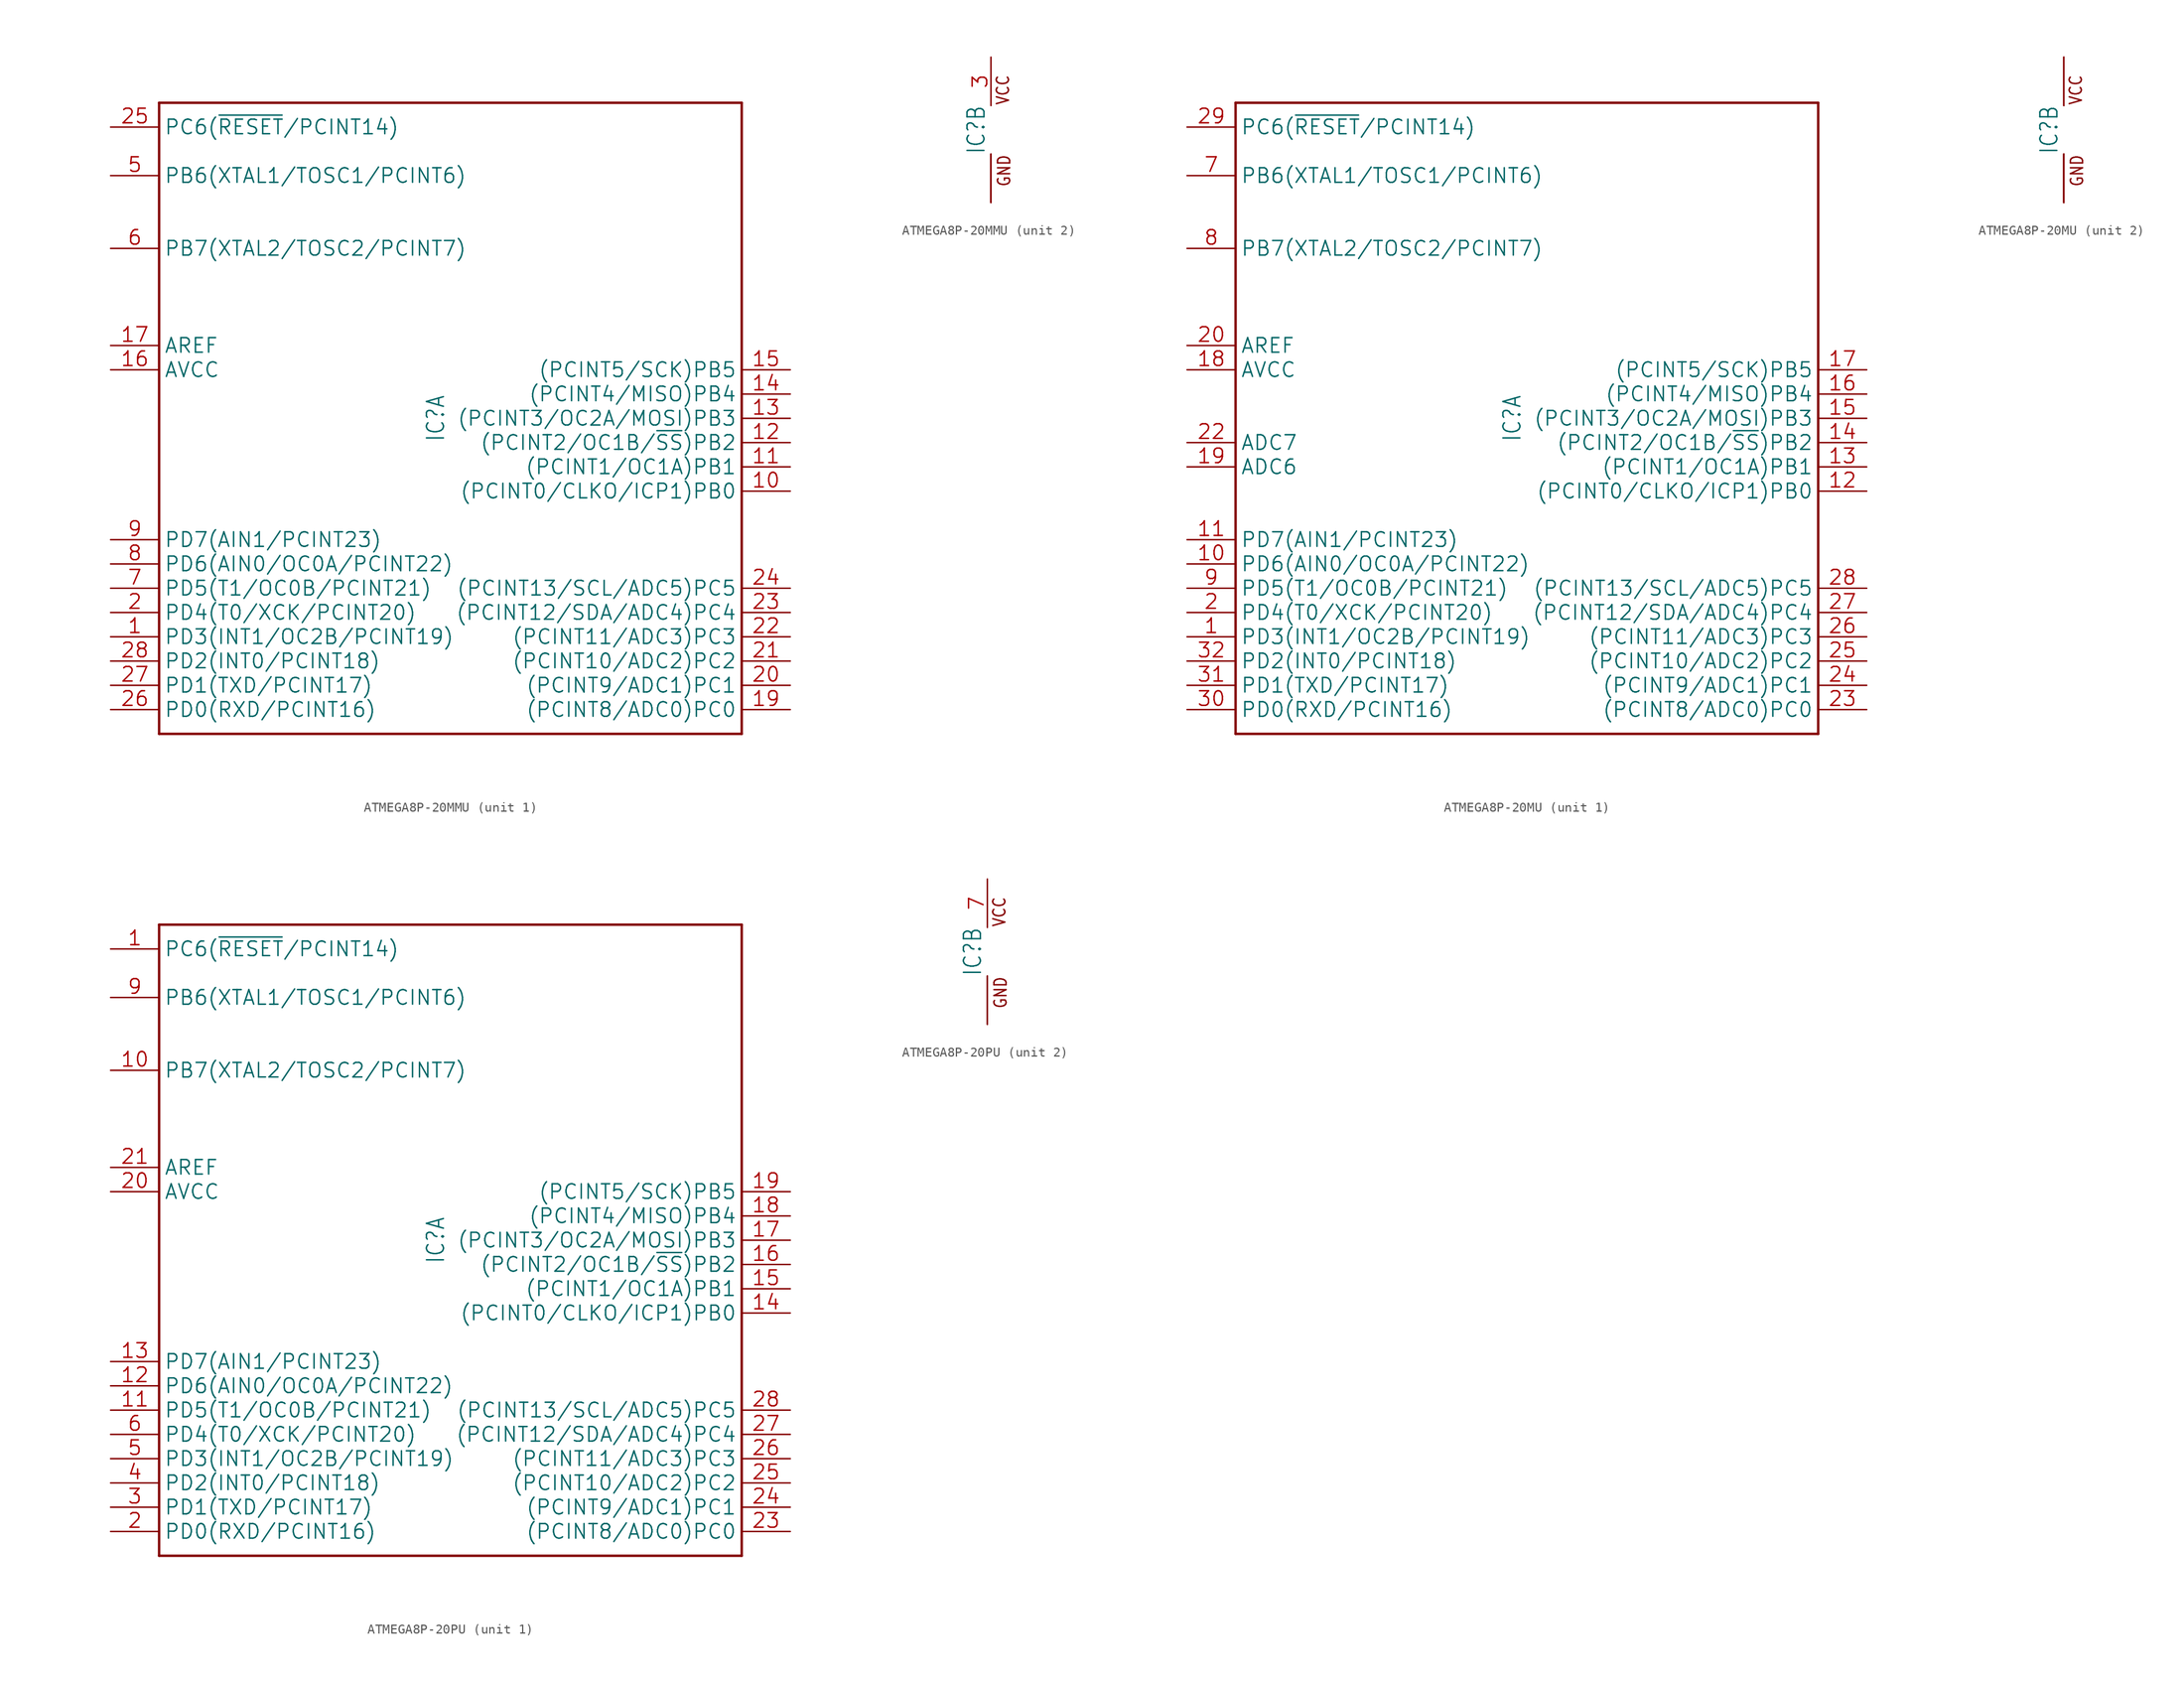
<source format=kicad_sym>
(kicad_symbol_lib
  (version 20241209)
  (generator "kicad_symbol_editor")
  (generator_version "9.0")
  (symbol "ATMEGA8P-20MMU"
    (property "Reference" "IC"
      (at -0.508 0 90)
      (effects (font (size 1.778 1.511)) (justify bottom)))
    (property "ki_locked" ""
      (at 0 0 0)
      (effects (font (size 1.27 1.27))))
    (symbol "ATMEGA8P-20MMU_1_0"
      (polyline (pts (xy -30.48 33.02) (xy 30.48 33.02)) (stroke (width 0.254) (type solid)) (fill (type none)))
      (polyline (pts (xy -30.48 -33.02) (xy -30.48 33.02)) (stroke (width 0.254) (type solid)) (fill (type none)))
      (polyline (pts (xy 30.48 33.02) (xy 30.48 -33.02)) (stroke (width 0.254) (type solid)) (fill (type none)))
      (polyline (pts (xy 30.48 -33.02) (xy -30.48 -33.02)) (stroke (width 0.254) (type solid)) (fill (type none)))
      (pin bidirectional line (at -35.56 30.48 0) (length 5.08) (name "PC6(~{RESET}/PCINT14)" (effects (font (size 1.524 1.524)))) (number "25" (effects (font (size 1.524 1.524)))))
      (pin bidirectional line (at -35.56 25.4 0) (length 5.08) (name "PB6(XTAL1/TOSC1/PCINT6)" (effects (font (size 1.524 1.524)))) (number "5" (effects (font (size 1.524 1.524)))))
      (pin bidirectional line (at -35.56 17.78 0) (length 5.08) (name "PB7(XTAL2/TOSC2/PCINT7)" (effects (font (size 1.524 1.524)))) (number "6" (effects (font (size 1.524 1.524)))))
      (pin passive line (at -35.56 7.62 0) (length 5.08) (name "AREF" (effects (font (size 1.524 1.524)))) (number "17" (effects (font (size 1.524 1.524)))))
      (pin power_in line (at -35.56 5.08 0) (length 5.08) (name "AVCC" (effects (font (size 1.524 1.524)))) (number "16" (effects (font (size 1.524 1.524)))))
      (pin bidirectional line (at -35.56 -12.7 0) (length 5.08) (name "PD7(AIN1/PCINT23)" (effects (font (size 1.524 1.524)))) (number "9" (effects (font (size 1.524 1.524)))))
      (pin bidirectional line (at -35.56 -15.24 0) (length 5.08) (name "PD6(AIN0/OC0A/PCINT22)" (effects (font (size 1.524 1.524)))) (number "8" (effects (font (size 1.524 1.524)))))
      (pin bidirectional line (at -35.56 -17.78 0) (length 5.08) (name "PD5(T1/OC0B/PCINT21)" (effects (font (size 1.524 1.524)))) (number "7" (effects (font (size 1.524 1.524)))))
      (pin bidirectional line (at -35.56 -20.32 0) (length 5.08) (name "PD4(T0/XCK/PCINT20)" (effects (font (size 1.524 1.524)))) (number "2" (effects (font (size 1.524 1.524)))))
      (pin bidirectional line (at -35.56 -22.86 0) (length 5.08) (name "PD3(INT1/OC2B/PCINT19)" (effects (font (size 1.524 1.524)))) (number "1" (effects (font (size 1.524 1.524)))))
      (pin bidirectional line (at -35.56 -25.4 0) (length 5.08) (name "PD2(INT0/PCINT18)" (effects (font (size 1.524 1.524)))) (number "28" (effects (font (size 1.524 1.524)))))
      (pin bidirectional line (at -35.56 -27.94 0) (length 5.08) (name "PD1(TXD/PCINT17)" (effects (font (size 1.524 1.524)))) (number "27" (effects (font (size 1.524 1.524)))))
      (pin bidirectional line (at -35.56 -30.48 0) (length 5.08) (name "PD0(RXD/PCINT16)" (effects (font (size 1.524 1.524)))) (number "26" (effects (font (size 1.524 1.524)))))
      (pin bidirectional line (at 35.56 5.08 180) (length 5.08) (name "(PCINT5/SCK)PB5" (effects (font (size 1.524 1.524)))) (number "15" (effects (font (size 1.524 1.524)))))
      (pin bidirectional line (at 35.56 2.54 180) (length 5.08) (name "(PCINT4/MISO)PB4" (effects (font (size 1.524 1.524)))) (number "14" (effects (font (size 1.524 1.524)))))
      (pin bidirectional line (at 35.56 0 180) (length 5.08) (name "(PCINT3/OC2A/MOSI)PB3" (effects (font (size 1.524 1.524)))) (number "13" (effects (font (size 1.524 1.524)))))
      (pin bidirectional line (at 35.56 -2.54 180) (length 5.08) (name "(PCINT2/OC1B/~{SS})PB2" (effects (font (size 1.524 1.524)))) (number "12" (effects (font (size 1.524 1.524)))))
      (pin bidirectional line (at 35.56 -5.08 180) (length 5.08) (name "(PCINT1/OC1A)PB1" (effects (font (size 1.524 1.524)))) (number "11" (effects (font (size 1.524 1.524)))))
      (pin bidirectional line (at 35.56 -7.62 180) (length 5.08) (name "(PCINT0/CLKO/ICP1)PB0" (effects (font (size 1.524 1.524)))) (number "10" (effects (font (size 1.524 1.524)))))
      (pin bidirectional line (at 35.56 -17.78 180) (length 5.08) (name "(PCINT13/SCL/ADC5)PC5" (effects (font (size 1.524 1.524)))) (number "24" (effects (font (size 1.524 1.524)))))
      (pin bidirectional line (at 35.56 -20.32 180) (length 5.08) (name "(PCINT12/SDA/ADC4)PC4" (effects (font (size 1.524 1.524)))) (number "23" (effects (font (size 1.524 1.524)))))
      (pin bidirectional line (at 35.56 -22.86 180) (length 5.08) (name "(PCINT11/ADC3)PC3" (effects (font (size 1.524 1.524)))) (number "22" (effects (font (size 1.524 1.524)))))
      (pin bidirectional line (at 35.56 -25.4 180) (length 5.08) (name "(PCINT10/ADC2)PC2" (effects (font (size 1.524 1.524)))) (number "21" (effects (font (size 1.524 1.524)))))
      (pin bidirectional line (at 35.56 -27.94 180) (length 5.08) (name "(PCINT9/ADC1)PC1" (effects (font (size 1.524 1.524)))) (number "20" (effects (font (size 1.524 1.524)))))
      (pin bidirectional line (at 35.56 -30.48 180) (length 5.08) (name "(PCINT8/ADC0)PC0" (effects (font (size 1.524 1.524)))) (number "19" (effects (font (size 1.524 1.524))))))
    (symbol "ATMEGA8P-20MMU_2_0"
      (text "VCC" (at 0.508 2.54 900) (effects (font (size 1.27 1.079)) (justify left top)))
      (text "GND" (at 0.635 -2.54 900) (effects (font (size 1.27 1.079)) (justify right top)))
      (pin power_in line (at 0 7.62 270) (length 5.08) (name "VCC" (effects (font (size 0 0)))) (number "3" (effects (font (size 1.524 1.524)))))
      (pin power_in line (at 0 -7.62 90) (length 5.08) (name "GND" (effects (font (size 0 0)))) (number "18" (effects (font (size 0 0)))))
      (pin power_in line (at 0 -7.62 90) (length 5.08) (name "GND" (effects (font (size 0 0)))) (number "4" (effects (font (size 0 0)))))
      (pin power_in line (at 0 -7.62 90) (length 5.08) (name "GND" (effects (font (size 0 0)))) (number "EXP" (effects (font (size 0 0)))))))
  (symbol "ATMEGA8P-20MU"
    (property "Reference" "IC"
      (at -0.508 0 90)
      (effects (font (size 1.778 1.511)) (justify bottom)))
    (property "ki_locked" ""
      (at 0 0 0)
      (effects (font (size 1.27 1.27))))
    (symbol "ATMEGA8P-20MU_1_0"
      (polyline (pts (xy -30.48 33.02) (xy 30.48 33.02)) (stroke (width 0.254) (type solid)) (fill (type none)))
      (polyline (pts (xy -30.48 -33.02) (xy -30.48 33.02)) (stroke (width 0.254) (type solid)) (fill (type none)))
      (polyline (pts (xy 30.48 33.02) (xy 30.48 -33.02)) (stroke (width 0.254) (type solid)) (fill (type none)))
      (polyline (pts (xy 30.48 -33.02) (xy -30.48 -33.02)) (stroke (width 0.254) (type solid)) (fill (type none)))
      (pin bidirectional line (at -35.56 30.48 0) (length 5.08) (name "PC6(~{RESET}/PCINT14)" (effects (font (size 1.524 1.524)))) (number "29" (effects (font (size 1.524 1.524)))))
      (pin bidirectional line (at -35.56 25.4 0) (length 5.08) (name "PB6(XTAL1/TOSC1/PCINT6)" (effects (font (size 1.524 1.524)))) (number "7" (effects (font (size 1.524 1.524)))))
      (pin bidirectional line (at -35.56 17.78 0) (length 5.08) (name "PB7(XTAL2/TOSC2/PCINT7)" (effects (font (size 1.524 1.524)))) (number "8" (effects (font (size 1.524 1.524)))))
      (pin passive line (at -35.56 7.62 0) (length 5.08) (name "AREF" (effects (font (size 1.524 1.524)))) (number "20" (effects (font (size 1.524 1.524)))))
      (pin power_in line (at -35.56 5.08 0) (length 5.08) (name "AVCC" (effects (font (size 1.524 1.524)))) (number "18" (effects (font (size 1.524 1.524)))))
      (pin bidirectional line (at -35.56 -2.54 0) (length 5.08) (name "ADC7" (effects (font (size 1.524 1.524)))) (number "22" (effects (font (size 1.524 1.524)))))
      (pin bidirectional line (at -35.56 -5.08 0) (length 5.08) (name "ADC6" (effects (font (size 1.524 1.524)))) (number "19" (effects (font (size 1.524 1.524)))))
      (pin bidirectional line (at -35.56 -12.7 0) (length 5.08) (name "PD7(AIN1/PCINT23)" (effects (font (size 1.524 1.524)))) (number "11" (effects (font (size 1.524 1.524)))))
      (pin bidirectional line (at -35.56 -15.24 0) (length 5.08) (name "PD6(AIN0/OC0A/PCINT22)" (effects (font (size 1.524 1.524)))) (number "10" (effects (font (size 1.524 1.524)))))
      (pin bidirectional line (at -35.56 -17.78 0) (length 5.08) (name "PD5(T1/OC0B/PCINT21)" (effects (font (size 1.524 1.524)))) (number "9" (effects (font (size 1.524 1.524)))))
      (pin bidirectional line (at -35.56 -20.32 0) (length 5.08) (name "PD4(T0/XCK/PCINT20)" (effects (font (size 1.524 1.524)))) (number "2" (effects (font (size 1.524 1.524)))))
      (pin bidirectional line (at -35.56 -22.86 0) (length 5.08) (name "PD3(INT1/OC2B/PCINT19)" (effects (font (size 1.524 1.524)))) (number "1" (effects (font (size 1.524 1.524)))))
      (pin bidirectional line (at -35.56 -25.4 0) (length 5.08) (name "PD2(INT0/PCINT18)" (effects (font (size 1.524 1.524)))) (number "32" (effects (font (size 1.524 1.524)))))
      (pin bidirectional line (at -35.56 -27.94 0) (length 5.08) (name "PD1(TXD/PCINT17)" (effects (font (size 1.524 1.524)))) (number "31" (effects (font (size 1.524 1.524)))))
      (pin bidirectional line (at -35.56 -30.48 0) (length 5.08) (name "PD0(RXD/PCINT16)" (effects (font (size 1.524 1.524)))) (number "30" (effects (font (size 1.524 1.524)))))
      (pin bidirectional line (at 35.56 5.08 180) (length 5.08) (name "(PCINT5/SCK)PB5" (effects (font (size 1.524 1.524)))) (number "17" (effects (font (size 1.524 1.524)))))
      (pin bidirectional line (at 35.56 2.54 180) (length 5.08) (name "(PCINT4/MISO)PB4" (effects (font (size 1.524 1.524)))) (number "16" (effects (font (size 1.524 1.524)))))
      (pin bidirectional line (at 35.56 0 180) (length 5.08) (name "(PCINT3/OC2A/MOSI)PB3" (effects (font (size 1.524 1.524)))) (number "15" (effects (font (size 1.524 1.524)))))
      (pin bidirectional line (at 35.56 -2.54 180) (length 5.08) (name "(PCINT2/OC1B/~{SS})PB2" (effects (font (size 1.524 1.524)))) (number "14" (effects (font (size 1.524 1.524)))))
      (pin bidirectional line (at 35.56 -5.08 180) (length 5.08) (name "(PCINT1/OC1A)PB1" (effects (font (size 1.524 1.524)))) (number "13" (effects (font (size 1.524 1.524)))))
      (pin bidirectional line (at 35.56 -7.62 180) (length 5.08) (name "(PCINT0/CLKO/ICP1)PB0" (effects (font (size 1.524 1.524)))) (number "12" (effects (font (size 1.524 1.524)))))
      (pin bidirectional line (at 35.56 -17.78 180) (length 5.08) (name "(PCINT13/SCL/ADC5)PC5" (effects (font (size 1.524 1.524)))) (number "28" (effects (font (size 1.524 1.524)))))
      (pin bidirectional line (at 35.56 -20.32 180) (length 5.08) (name "(PCINT12/SDA/ADC4)PC4" (effects (font (size 1.524 1.524)))) (number "27" (effects (font (size 1.524 1.524)))))
      (pin bidirectional line (at 35.56 -22.86 180) (length 5.08) (name "(PCINT11/ADC3)PC3" (effects (font (size 1.524 1.524)))) (number "26" (effects (font (size 1.524 1.524)))))
      (pin bidirectional line (at 35.56 -25.4 180) (length 5.08) (name "(PCINT10/ADC2)PC2" (effects (font (size 1.524 1.524)))) (number "25" (effects (font (size 1.524 1.524)))))
      (pin bidirectional line (at 35.56 -27.94 180) (length 5.08) (name "(PCINT9/ADC1)PC1" (effects (font (size 1.524 1.524)))) (number "24" (effects (font (size 1.524 1.524)))))
      (pin bidirectional line (at 35.56 -30.48 180) (length 5.08) (name "(PCINT8/ADC0)PC0" (effects (font (size 1.524 1.524)))) (number "23" (effects (font (size 1.524 1.524))))))
    (symbol "ATMEGA8P-20MU_2_0"
      (text "VCC" (at 0.508 2.54 900) (effects (font (size 1.27 1.079)) (justify left top)))
      (text "GND" (at 0.635 -2.54 900) (effects (font (size 1.27 1.079)) (justify right top)))
      (pin power_in line (at 0 7.62 270) (length 5.08) (name "VCC" (effects (font (size 0 0)))) (number "4" (effects (font (size 0 0)))))
      (pin power_in line (at 0 7.62 270) (length 5.08) (name "VCC" (effects (font (size 0 0)))) (number "6" (effects (font (size 0 0)))))
      (pin power_in line (at 0 -7.62 90) (length 5.08) (name "GND" (effects (font (size 0 0)))) (number "21" (effects (font (size 0 0)))))
      (pin power_in line (at 0 -7.62 90) (length 5.08) (name "GND" (effects (font (size 0 0)))) (number "3" (effects (font (size 0 0)))))
      (pin power_in line (at 0 -7.62 90) (length 5.08) (name "GND" (effects (font (size 0 0)))) (number "5" (effects (font (size 0 0)))))
      (pin power_in line (at 0 -7.62 90) (length 5.08) (name "GND" (effects (font (size 0 0)))) (number "EXP" (effects (font (size 0 0)))))))
  (symbol "ATMEGA8P-20PU"
    (property "Reference" "IC"
      (at -0.508 0 90)
      (effects (font (size 1.778 1.511)) (justify bottom)))
    (property "ki_locked" ""
      (at 0 0 0)
      (effects (font (size 1.27 1.27))))
    (symbol "ATMEGA8P-20PU_1_0"
      (polyline (pts (xy -30.48 33.02) (xy 30.48 33.02)) (stroke (width 0.254) (type solid)) (fill (type none)))
      (polyline (pts (xy -30.48 -33.02) (xy -30.48 33.02)) (stroke (width 0.254) (type solid)) (fill (type none)))
      (polyline (pts (xy 30.48 33.02) (xy 30.48 -33.02)) (stroke (width 0.254) (type solid)) (fill (type none)))
      (polyline (pts (xy 30.48 -33.02) (xy -30.48 -33.02)) (stroke (width 0.254) (type solid)) (fill (type none)))
      (pin bidirectional line (at -35.56 30.48 0) (length 5.08) (name "PC6(~{RESET}/PCINT14)" (effects (font (size 1.524 1.524)))) (number "1" (effects (font (size 1.524 1.524)))))
      (pin bidirectional line (at -35.56 25.4 0) (length 5.08) (name "PB6(XTAL1/TOSC1/PCINT6)" (effects (font (size 1.524 1.524)))) (number "9" (effects (font (size 1.524 1.524)))))
      (pin bidirectional line (at -35.56 17.78 0) (length 5.08) (name "PB7(XTAL2/TOSC2/PCINT7)" (effects (font (size 1.524 1.524)))) (number "10" (effects (font (size 1.524 1.524)))))
      (pin passive line (at -35.56 7.62 0) (length 5.08) (name "AREF" (effects (font (size 1.524 1.524)))) (number "21" (effects (font (size 1.524 1.524)))))
      (pin power_in line (at -35.56 5.08 0) (length 5.08) (name "AVCC" (effects (font (size 1.524 1.524)))) (number "20" (effects (font (size 1.524 1.524)))))
      (pin bidirectional line (at -35.56 -12.7 0) (length 5.08) (name "PD7(AIN1/PCINT23)" (effects (font (size 1.524 1.524)))) (number "13" (effects (font (size 1.524 1.524)))))
      (pin bidirectional line (at -35.56 -15.24 0) (length 5.08) (name "PD6(AIN0/OC0A/PCINT22)" (effects (font (size 1.524 1.524)))) (number "12" (effects (font (size 1.524 1.524)))))
      (pin bidirectional line (at -35.56 -17.78 0) (length 5.08) (name "PD5(T1/OC0B/PCINT21)" (effects (font (size 1.524 1.524)))) (number "11" (effects (font (size 1.524 1.524)))))
      (pin bidirectional line (at -35.56 -20.32 0) (length 5.08) (name "PD4(T0/XCK/PCINT20)" (effects (font (size 1.524 1.524)))) (number "6" (effects (font (size 1.524 1.524)))))
      (pin bidirectional line (at -35.56 -22.86 0) (length 5.08) (name "PD3(INT1/OC2B/PCINT19)" (effects (font (size 1.524 1.524)))) (number "5" (effects (font (size 1.524 1.524)))))
      (pin bidirectional line (at -35.56 -25.4 0) (length 5.08) (name "PD2(INT0/PCINT18)" (effects (font (size 1.524 1.524)))) (number "4" (effects (font (size 1.524 1.524)))))
      (pin bidirectional line (at -35.56 -27.94 0) (length 5.08) (name "PD1(TXD/PCINT17)" (effects (font (size 1.524 1.524)))) (number "3" (effects (font (size 1.524 1.524)))))
      (pin bidirectional line (at -35.56 -30.48 0) (length 5.08) (name "PD0(RXD/PCINT16)" (effects (font (size 1.524 1.524)))) (number "2" (effects (font (size 1.524 1.524)))))
      (pin bidirectional line (at 35.56 5.08 180) (length 5.08) (name "(PCINT5/SCK)PB5" (effects (font (size 1.524 1.524)))) (number "19" (effects (font (size 1.524 1.524)))))
      (pin bidirectional line (at 35.56 2.54 180) (length 5.08) (name "(PCINT4/MISO)PB4" (effects (font (size 1.524 1.524)))) (number "18" (effects (font (size 1.524 1.524)))))
      (pin bidirectional line (at 35.56 0 180) (length 5.08) (name "(PCINT3/OC2A/MOSI)PB3" (effects (font (size 1.524 1.524)))) (number "17" (effects (font (size 1.524 1.524)))))
      (pin bidirectional line (at 35.56 -2.54 180) (length 5.08) (name "(PCINT2/OC1B/~{SS})PB2" (effects (font (size 1.524 1.524)))) (number "16" (effects (font (size 1.524 1.524)))))
      (pin bidirectional line (at 35.56 -5.08 180) (length 5.08) (name "(PCINT1/OC1A)PB1" (effects (font (size 1.524 1.524)))) (number "15" (effects (font (size 1.524 1.524)))))
      (pin bidirectional line (at 35.56 -7.62 180) (length 5.08) (name "(PCINT0/CLKO/ICP1)PB0" (effects (font (size 1.524 1.524)))) (number "14" (effects (font (size 1.524 1.524)))))
      (pin bidirectional line (at 35.56 -17.78 180) (length 5.08) (name "(PCINT13/SCL/ADC5)PC5" (effects (font (size 1.524 1.524)))) (number "28" (effects (font (size 1.524 1.524)))))
      (pin bidirectional line (at 35.56 -20.32 180) (length 5.08) (name "(PCINT12/SDA/ADC4)PC4" (effects (font (size 1.524 1.524)))) (number "27" (effects (font (size 1.524 1.524)))))
      (pin bidirectional line (at 35.56 -22.86 180) (length 5.08) (name "(PCINT11/ADC3)PC3" (effects (font (size 1.524 1.524)))) (number "26" (effects (font (size 1.524 1.524)))))
      (pin bidirectional line (at 35.56 -25.4 180) (length 5.08) (name "(PCINT10/ADC2)PC2" (effects (font (size 1.524 1.524)))) (number "25" (effects (font (size 1.524 1.524)))))
      (pin bidirectional line (at 35.56 -27.94 180) (length 5.08) (name "(PCINT9/ADC1)PC1" (effects (font (size 1.524 1.524)))) (number "24" (effects (font (size 1.524 1.524)))))
      (pin bidirectional line (at 35.56 -30.48 180) (length 5.08) (name "(PCINT8/ADC0)PC0" (effects (font (size 1.524 1.524)))) (number "23" (effects (font (size 1.524 1.524))))))
    (symbol "ATMEGA8P-20PU_2_0"
      (text "VCC" (at 0.508 2.54 900) (effects (font (size 1.27 1.079)) (justify left top)))
      (text "GND" (at 0.635 -2.54 900) (effects (font (size 1.27 1.079)) (justify right top)))
      (pin power_in line (at 0 7.62 270) (length 5.08) (name "VCC" (effects (font (size 0 0)))) (number "7" (effects (font (size 1.524 1.524)))))
      (pin power_in line (at 0 -7.62 90) (length 5.08) (name "GND" (effects (font (size 0 0)))) (number "22" (effects (font (size 0 0)))))
      (pin power_in line (at 0 -7.62 90) (length 5.08) (name "GND" (effects (font (size 0 0)))) (number "8" (effects (font (size 0 0))))))))
</source>
